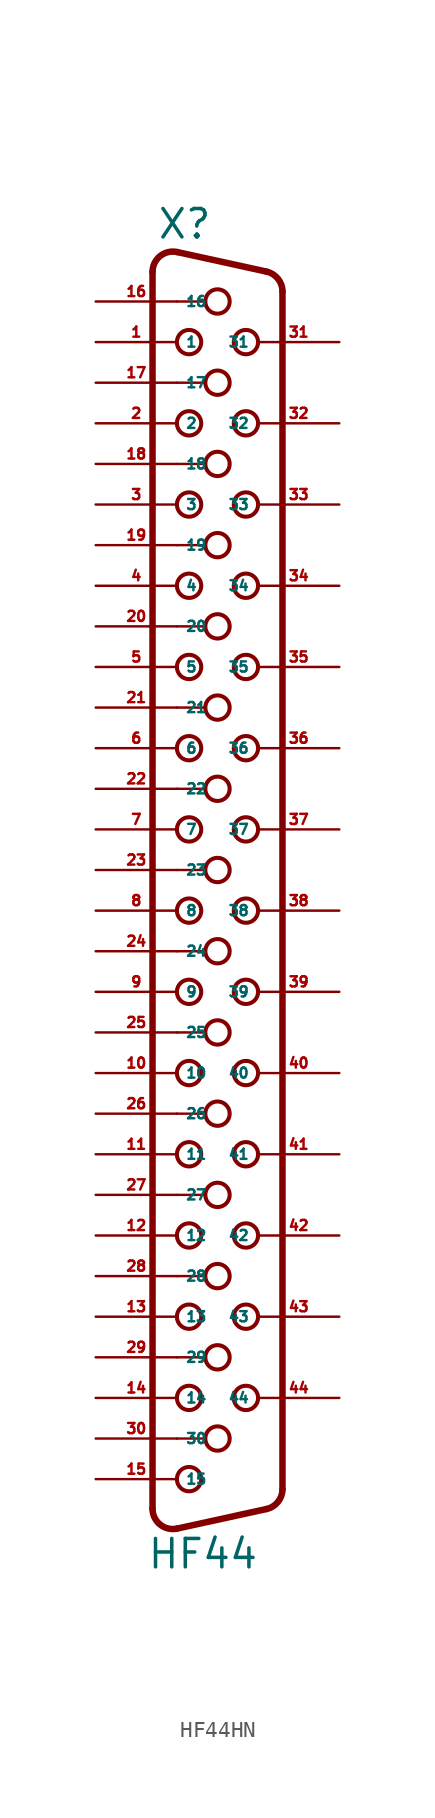
<source format=kicad_sym>
(kicad_symbol_lib
  (version 20220914)
  (generator Eagle2Kicad)
  (symbol "HF44HN"
    (property "Reference" "X"
      (at -3.81 36.83 0)
      (effects (font (size 1.778 1.778) (thickness 0.22)) (justify left bottom)))
    (property "Value" "HF44"
      (at -4.445 -46.355 0)
      (effects (font (size 1.778 1.778) (thickness 0.22)) (justify left bottom)))
    (arc
      (start -2.5226 36.112)
      (mid -3.590 35.861)
      (end -4.064 34.8712)
      (stroke (width 0.4064) (type default))
      (fill (type none)))
    (polyline
      (pts (xy -2.523 36.112) (xy 3.065 34.889))
      (stroke (width 0.406) (type default))
      (fill (type none)))
    (arc
      (start 4.0642 33.6488)
      (mid 3.783 34.445)
      (end 3.0654 34.8895)
      (stroke (width 0.4064) (type default))
      (fill (type none)))
    (polyline
      (pts (xy 4.064 -41.269) (xy 4.064 33.649))
      (stroke (width 0.406) (type default))
      (fill (type none)))
    (arc
      (start 3.0654 -42.5094)
      (mid 3.783 -42.065)
      (end 4.064 -41.2688)
      (stroke (width 0.4064) (type default))
      (fill (type none)))
    (polyline
      (pts (xy -4.064 -42.491) (xy -4.064 34.871))
      (stroke (width 0.406) (type default))
      (fill (type none)))
    (polyline
      (pts (xy -2.523 -43.732) (xy 3.065 -42.509))
      (stroke (width 0.406) (type default))
      (fill (type none)))
    (arc
      (start -4.064 -42.4912)
      (mid -3.590 -43.481)
      (end -2.5226 -43.7319)
      (stroke (width 0.4064) (type default))
      (fill (type none)))
    (polyline
      (pts (xy -2.54 33.02) (xy -0.762 33.02))
      (stroke (width 0.152) (type default))
      (fill (type none)))
    (polyline
      (pts (xy -2.54 27.94) (xy -0.762 27.94))
      (stroke (width 0.152) (type default))
      (fill (type none)))
    (polyline
      (pts (xy -2.54 22.86) (xy -0.762 22.86))
      (stroke (width 0.152) (type default))
      (fill (type none)))
    (polyline
      (pts (xy -2.54 17.78) (xy -0.762 17.78))
      (stroke (width 0.152) (type default))
      (fill (type none)))
    (polyline
      (pts (xy -2.54 12.7) (xy -0.762 12.7))
      (stroke (width 0.152) (type default))
      (fill (type none)))
    (polyline
      (pts (xy -2.54 7.62) (xy -0.762 7.62))
      (stroke (width 0.152) (type default))
      (fill (type none)))
    (polyline
      (pts (xy -2.54 2.54) (xy -0.762 2.54))
      (stroke (width 0.152) (type default))
      (fill (type none)))
    (polyline
      (pts (xy -2.54 -2.54) (xy -0.762 -2.54))
      (stroke (width 0.152) (type default))
      (fill (type none)))
    (polyline
      (pts (xy -2.54 -7.62) (xy -0.762 -7.62))
      (stroke (width 0.152) (type default))
      (fill (type none)))
    (polyline
      (pts (xy -2.54 -17.78) (xy -0.762 -17.78))
      (stroke (width 0.152) (type default))
      (fill (type none)))
    (polyline
      (pts (xy -2.54 -22.86) (xy -0.762 -22.86))
      (stroke (width 0.152) (type default))
      (fill (type none)))
    (polyline
      (pts (xy -2.54 -27.94) (xy -0.762 -27.94))
      (stroke (width 0.152) (type default))
      (fill (type none)))
    (polyline
      (pts (xy -2.54 -33.02) (xy -0.762 -33.02))
      (stroke (width 0.152) (type default))
      (fill (type none)))
    (polyline
      (pts (xy -2.54 -38.1) (xy -0.762 -38.1))
      (stroke (width 0.152) (type default))
      (fill (type none)))
    (polyline
      (pts (xy -2.54 -12.7) (xy -0.762 -12.7))
      (stroke (width 0.152) (type default))
      (fill (type none)))
    (circle
      (center 0 33.02)
      (radius 0.762)
      (stroke (width 0.254) (type default))
      (fill (type none)))
    (circle
      (center -1.778 30.48)
      (radius 0.762)
      (stroke (width 0.254) (type default))
      (fill (type none)))
    (circle
      (center 1.778 30.48)
      (radius 0.762)
      (stroke (width 0.254) (type default))
      (fill (type none)))
    (circle
      (center -1.778 25.4)
      (radius 0.762)
      (stroke (width 0.254) (type default))
      (fill (type none)))
    (circle
      (center 1.778 25.4)
      (radius 0.762)
      (stroke (width 0.254) (type default))
      (fill (type none)))
    (circle
      (center -1.778 20.32)
      (radius 0.762)
      (stroke (width 0.254) (type default))
      (fill (type none)))
    (circle
      (center 1.778 20.32)
      (radius 0.762)
      (stroke (width 0.254) (type default))
      (fill (type none)))
    (circle
      (center -1.778 15.24)
      (radius 0.762)
      (stroke (width 0.254) (type default))
      (fill (type none)))
    (circle
      (center 1.778 15.24)
      (radius 0.762)
      (stroke (width 0.254) (type default))
      (fill (type none)))
    (circle
      (center -1.778 10.16)
      (radius 0.762)
      (stroke (width 0.254) (type default))
      (fill (type none)))
    (circle
      (center 0 27.94)
      (radius 0.762)
      (stroke (width 0.254) (type default))
      (fill (type none)))
    (circle
      (center 0 22.86)
      (radius 0.762)
      (stroke (width 0.254) (type default))
      (fill (type none)))
    (circle
      (center 0 17.78)
      (radius 0.762)
      (stroke (width 0.254) (type default))
      (fill (type none)))
    (circle
      (center 0 12.7)
      (radius 0.762)
      (stroke (width 0.254) (type default))
      (fill (type none)))
    (circle
      (center 0 7.62)
      (radius 0.762)
      (stroke (width 0.254) (type default))
      (fill (type none)))
    (circle
      (center 1.778 10.16)
      (radius 0.762)
      (stroke (width 0.254) (type default))
      (fill (type none)))
    (circle
      (center -1.778 5.08)
      (radius 0.762)
      (stroke (width 0.254) (type default))
      (fill (type none)))
    (circle
      (center 1.778 5.08)
      (radius 0.762)
      (stroke (width 0.254) (type default))
      (fill (type none)))
    (circle
      (center -1.778 0)
      (radius 0.762)
      (stroke (width 0.254) (type default))
      (fill (type none)))
    (circle
      (center 1.778 0)
      (radius 0.762)
      (stroke (width 0.254) (type default))
      (fill (type none)))
    (circle
      (center -1.778 -5.08)
      (radius 0.762)
      (stroke (width 0.254) (type default))
      (fill (type none)))
    (circle
      (center 1.778 -5.08)
      (radius 0.762)
      (stroke (width 0.254) (type default))
      (fill (type none)))
    (circle
      (center -1.778 -10.16)
      (radius 0.762)
      (stroke (width 0.254) (type default))
      (fill (type none)))
    (circle
      (center 0 2.54)
      (radius 0.762)
      (stroke (width 0.254) (type default))
      (fill (type none)))
    (circle
      (center 0 -2.54)
      (radius 0.762)
      (stroke (width 0.254) (type default))
      (fill (type none)))
    (circle
      (center 0 -7.62)
      (radius 0.762)
      (stroke (width 0.254) (type default))
      (fill (type none)))
    (circle
      (center 1.778 -10.16)
      (radius 0.762)
      (stroke (width 0.254) (type default))
      (fill (type none)))
    (circle
      (center -1.778 -15.24)
      (radius 0.762)
      (stroke (width 0.254) (type default))
      (fill (type none)))
    (circle
      (center 1.778 -15.24)
      (radius 0.762)
      (stroke (width 0.254) (type default))
      (fill (type none)))
    (circle
      (center -1.778 -20.32)
      (radius 0.762)
      (stroke (width 0.254) (type default))
      (fill (type none)))
    (circle
      (center 1.778 -20.32)
      (radius 0.762)
      (stroke (width 0.254) (type default))
      (fill (type none)))
    (circle
      (center -1.778 -25.4)
      (radius 0.762)
      (stroke (width 0.254) (type default))
      (fill (type none)))
    (circle
      (center 1.778 -25.4)
      (radius 0.762)
      (stroke (width 0.254) (type default))
      (fill (type none)))
    (circle
      (center -1.778 -30.48)
      (radius 0.762)
      (stroke (width 0.254) (type default))
      (fill (type none)))
    (circle
      (center 0 -17.78)
      (radius 0.762)
      (stroke (width 0.254) (type default))
      (fill (type none)))
    (circle
      (center 0 -22.86)
      (radius 0.762)
      (stroke (width 0.254) (type default))
      (fill (type none)))
    (circle
      (center 0 -27.94)
      (radius 0.762)
      (stroke (width 0.254) (type default))
      (fill (type none)))
    (circle
      (center 0 -33.02)
      (radius 0.762)
      (stroke (width 0.254) (type default))
      (fill (type none)))
    (circle
      (center 1.778 -30.48)
      (radius 0.762)
      (stroke (width 0.254) (type default))
      (fill (type none)))
    (circle
      (center -1.778 -35.56)
      (radius 0.762)
      (stroke (width 0.254) (type default))
      (fill (type none)))
    (circle
      (center 1.778 -35.56)
      (radius 0.762)
      (stroke (width 0.254) (type default))
      (fill (type none)))
    (circle
      (center -1.778 -40.64)
      (radius 0.762)
      (stroke (width 0.254) (type default))
      (fill (type none)))
    (circle
      (center 0 -38.1)
      (radius 0.762)
      (stroke (width 0.254) (type default))
      (fill (type none)))
    (circle
      (center 0 -12.7)
      (radius 0.762)
      (stroke (width 0.254) (type default))
      (fill (type none)))
    (pin passive line
      (at -7.62 30.48 0)
      (length 5.08)
      (name "1" (effects (font (size 0.635 0.635) (thickness 0.08)) (justify left bottom)))
      (number "1" (effects (font (size 0.635 0.635) (thickness 0.08)) (justify left bottom))))
    (pin passive line
      (at -7.62 25.4 0)
      (length 5.08)
      (name "2" (effects (font (size 0.635 0.635) (thickness 0.08)) (justify left bottom)))
      (number "2" (effects (font (size 0.635 0.635) (thickness 0.08)) (justify left bottom))))
    (pin passive line
      (at -7.62 20.32 0)
      (length 5.08)
      (name "3" (effects (font (size 0.635 0.635) (thickness 0.08)) (justify left bottom)))
      (number "3" (effects (font (size 0.635 0.635) (thickness 0.08)) (justify left bottom))))
    (pin passive line
      (at -7.62 15.24 0)
      (length 5.08)
      (name "4" (effects (font (size 0.635 0.635) (thickness 0.08)) (justify left bottom)))
      (number "4" (effects (font (size 0.635 0.635) (thickness 0.08)) (justify left bottom))))
    (pin passive line
      (at -7.62 10.16 0)
      (length 5.08)
      (name "5" (effects (font (size 0.635 0.635) (thickness 0.08)) (justify left bottom)))
      (number "5" (effects (font (size 0.635 0.635) (thickness 0.08)) (justify left bottom))))
    (pin passive line
      (at -7.62 5.08 0)
      (length 5.08)
      (name "6" (effects (font (size 0.635 0.635) (thickness 0.08)) (justify left bottom)))
      (number "6" (effects (font (size 0.635 0.635) (thickness 0.08)) (justify left bottom))))
    (pin passive line
      (at -7.62 0 0)
      (length 5.08)
      (name "7" (effects (font (size 0.635 0.635) (thickness 0.08)) (justify left bottom)))
      (number "7" (effects (font (size 0.635 0.635) (thickness 0.08)) (justify left bottom))))
    (pin passive line
      (at -7.62 -5.08 0)
      (length 5.08)
      (name "8" (effects (font (size 0.635 0.635) (thickness 0.08)) (justify left bottom)))
      (number "8" (effects (font (size 0.635 0.635) (thickness 0.08)) (justify left bottom))))
    (pin passive line
      (at -7.62 -10.16 0)
      (length 5.08)
      (name "9" (effects (font (size 0.635 0.635) (thickness 0.08)) (justify left bottom)))
      (number "9" (effects (font (size 0.635 0.635) (thickness 0.08)) (justify left bottom))))
    (pin passive line
      (at -7.62 -15.24 0)
      (length 5.08)
      (name "10" (effects (font (size 0.635 0.635) (thickness 0.08)) (justify left bottom)))
      (number "10" (effects (font (size 0.635 0.635) (thickness 0.08)) (justify left bottom))))
    (pin passive line
      (at -7.62 -20.32 0)
      (length 5.08)
      (name "11" (effects (font (size 0.635 0.635) (thickness 0.08)) (justify left bottom)))
      (number "11" (effects (font (size 0.635 0.635) (thickness 0.08)) (justify left bottom))))
    (pin passive line
      (at -7.62 -25.4 0)
      (length 5.08)
      (name "12" (effects (font (size 0.635 0.635) (thickness 0.08)) (justify left bottom)))
      (number "12" (effects (font (size 0.635 0.635) (thickness 0.08)) (justify left bottom))))
    (pin passive line
      (at -7.62 -30.48 0)
      (length 5.08)
      (name "13" (effects (font (size 0.635 0.635) (thickness 0.08)) (justify left bottom)))
      (number "13" (effects (font (size 0.635 0.635) (thickness 0.08)) (justify left bottom))))
    (pin passive line
      (at -7.62 -35.56 0)
      (length 5.08)
      (name "14" (effects (font (size 0.635 0.635) (thickness 0.08)) (justify left bottom)))
      (number "14" (effects (font (size 0.635 0.635) (thickness 0.08)) (justify left bottom))))
    (pin passive line
      (at -7.62 -40.64 0)
      (length 5.08)
      (name "15" (effects (font (size 0.635 0.635) (thickness 0.08)) (justify left bottom)))
      (number "15" (effects (font (size 0.635 0.635) (thickness 0.08)) (justify left bottom))))
    (pin passive line
      (at -7.62 33.02 0)
      (length 5.08)
      (name "16" (effects (font (size 0.635 0.635) (thickness 0.08)) (justify left bottom)))
      (number "16" (effects (font (size 0.635 0.635) (thickness 0.08)) (justify left bottom))))
    (pin passive line
      (at -7.62 27.94 0)
      (length 5.08)
      (name "17" (effects (font (size 0.635 0.635) (thickness 0.08)) (justify left bottom)))
      (number "17" (effects (font (size 0.635 0.635) (thickness 0.08)) (justify left bottom))))
    (pin passive line
      (at -7.62 22.86 0)
      (length 5.08)
      (name "18" (effects (font (size 0.635 0.635) (thickness 0.08)) (justify left bottom)))
      (number "18" (effects (font (size 0.635 0.635) (thickness 0.08)) (justify left bottom))))
    (pin passive line
      (at -7.62 17.78 0)
      (length 5.08)
      (name "19" (effects (font (size 0.635 0.635) (thickness 0.08)) (justify left bottom)))
      (number "19" (effects (font (size 0.635 0.635) (thickness 0.08)) (justify left bottom))))
    (pin passive line
      (at -7.62 12.7 0)
      (length 5.08)
      (name "20" (effects (font (size 0.635 0.635) (thickness 0.08)) (justify left bottom)))
      (number "20" (effects (font (size 0.635 0.635) (thickness 0.08)) (justify left bottom))))
    (pin passive line
      (at -7.62 7.62 0)
      (length 5.08)
      (name "21" (effects (font (size 0.635 0.635) (thickness 0.08)) (justify left bottom)))
      (number "21" (effects (font (size 0.635 0.635) (thickness 0.08)) (justify left bottom))))
    (pin passive line
      (at -7.62 2.54 0)
      (length 5.08)
      (name "22" (effects (font (size 0.635 0.635) (thickness 0.08)) (justify left bottom)))
      (number "22" (effects (font (size 0.635 0.635) (thickness 0.08)) (justify left bottom))))
    (pin passive line
      (at -7.62 -2.54 0)
      (length 5.08)
      (name "23" (effects (font (size 0.635 0.635) (thickness 0.08)) (justify left bottom)))
      (number "23" (effects (font (size 0.635 0.635) (thickness 0.08)) (justify left bottom))))
    (pin passive line
      (at -7.62 -7.62 0)
      (length 5.08)
      (name "24" (effects (font (size 0.635 0.635) (thickness 0.08)) (justify left bottom)))
      (number "24" (effects (font (size 0.635 0.635) (thickness 0.08)) (justify left bottom))))
    (pin passive line
      (at -7.62 -12.7 0)
      (length 5.08)
      (name "25" (effects (font (size 0.635 0.635) (thickness 0.08)) (justify left bottom)))
      (number "25" (effects (font (size 0.635 0.635) (thickness 0.08)) (justify left bottom))))
    (pin passive line
      (at -7.62 -17.78 0)
      (length 5.08)
      (name "26" (effects (font (size 0.635 0.635) (thickness 0.08)) (justify left bottom)))
      (number "26" (effects (font (size 0.635 0.635) (thickness 0.08)) (justify left bottom))))
    (pin passive line
      (at -7.62 -22.86 0)
      (length 5.08)
      (name "27" (effects (font (size 0.635 0.635) (thickness 0.08)) (justify left bottom)))
      (number "27" (effects (font (size 0.635 0.635) (thickness 0.08)) (justify left bottom))))
    (pin passive line
      (at -7.62 -27.94 0)
      (length 5.08)
      (name "28" (effects (font (size 0.635 0.635) (thickness 0.08)) (justify left bottom)))
      (number "28" (effects (font (size 0.635 0.635) (thickness 0.08)) (justify left bottom))))
    (pin passive line
      (at -7.62 -33.02 0)
      (length 5.08)
      (name "29" (effects (font (size 0.635 0.635) (thickness 0.08)) (justify left bottom)))
      (number "29" (effects (font (size 0.635 0.635) (thickness 0.08)) (justify left bottom))))
    (pin passive line
      (at -7.62 -38.1 0)
      (length 5.08)
      (name "30" (effects (font (size 0.635 0.635) (thickness 0.08)) (justify left bottom)))
      (number "30" (effects (font (size 0.635 0.635) (thickness 0.08)) (justify left bottom))))
    (pin passive line
      (at 7.62 30.48 180)
      (length 5.08)
      (name "31" (effects (font (size 0.635 0.635) (thickness 0.08)) (justify left bottom)))
      (number "31" (effects (font (size 0.635 0.635) (thickness 0.08)) (justify left bottom))))
    (pin passive line
      (at 7.62 25.4 180)
      (length 5.08)
      (name "32" (effects (font (size 0.635 0.635) (thickness 0.08)) (justify left bottom)))
      (number "32" (effects (font (size 0.635 0.635) (thickness 0.08)) (justify left bottom))))
    (pin passive line
      (at 7.62 20.32 180)
      (length 5.08)
      (name "33" (effects (font (size 0.635 0.635) (thickness 0.08)) (justify left bottom)))
      (number "33" (effects (font (size 0.635 0.635) (thickness 0.08)) (justify left bottom))))
    (pin passive line
      (at 7.62 15.24 180)
      (length 5.08)
      (name "34" (effects (font (size 0.635 0.635) (thickness 0.08)) (justify left bottom)))
      (number "34" (effects (font (size 0.635 0.635) (thickness 0.08)) (justify left bottom))))
    (pin passive line
      (at 7.62 10.16 180)
      (length 5.08)
      (name "35" (effects (font (size 0.635 0.635) (thickness 0.08)) (justify left bottom)))
      (number "35" (effects (font (size 0.635 0.635) (thickness 0.08)) (justify left bottom))))
    (pin passive line
      (at 7.62 5.08 180)
      (length 5.08)
      (name "36" (effects (font (size 0.635 0.635) (thickness 0.08)) (justify left bottom)))
      (number "36" (effects (font (size 0.635 0.635) (thickness 0.08)) (justify left bottom))))
    (pin passive line
      (at 7.62 0 180)
      (length 5.08)
      (name "37" (effects (font (size 0.635 0.635) (thickness 0.08)) (justify left bottom)))
      (number "37" (effects (font (size 0.635 0.635) (thickness 0.08)) (justify left bottom))))
    (pin passive line
      (at 7.62 -5.08 180)
      (length 5.08)
      (name "38" (effects (font (size 0.635 0.635) (thickness 0.08)) (justify left bottom)))
      (number "38" (effects (font (size 0.635 0.635) (thickness 0.08)) (justify left bottom))))
    (pin passive line
      (at 7.62 -10.16 180)
      (length 5.08)
      (name "39" (effects (font (size 0.635 0.635) (thickness 0.08)) (justify left bottom)))
      (number "39" (effects (font (size 0.635 0.635) (thickness 0.08)) (justify left bottom))))
    (pin passive line
      (at 7.62 -15.24 180)
      (length 5.08)
      (name "40" (effects (font (size 0.635 0.635) (thickness 0.08)) (justify left bottom)))
      (number "40" (effects (font (size 0.635 0.635) (thickness 0.08)) (justify left bottom))))
    (pin passive line
      (at 7.62 -20.32 180)
      (length 5.08)
      (name "41" (effects (font (size 0.635 0.635) (thickness 0.08)) (justify left bottom)))
      (number "41" (effects (font (size 0.635 0.635) (thickness 0.08)) (justify left bottom))))
    (pin passive line
      (at 7.62 -25.4 180)
      (length 5.08)
      (name "42" (effects (font (size 0.635 0.635) (thickness 0.08)) (justify left bottom)))
      (number "42" (effects (font (size 0.635 0.635) (thickness 0.08)) (justify left bottom))))
    (pin passive line
      (at 7.62 -30.48 180)
      (length 5.08)
      (name "43" (effects (font (size 0.635 0.635) (thickness 0.08)) (justify left bottom)))
      (number "43" (effects (font (size 0.635 0.635) (thickness 0.08)) (justify left bottom))))
    (pin passive line
      (at 7.62 -35.56 180)
      (length 5.08)
      (name "44" (effects (font (size 0.635 0.635) (thickness 0.08)) (justify left bottom)))
      (number "44" (effects (font (size 0.635 0.635) (thickness 0.08)) (justify left bottom))))))
</source>
